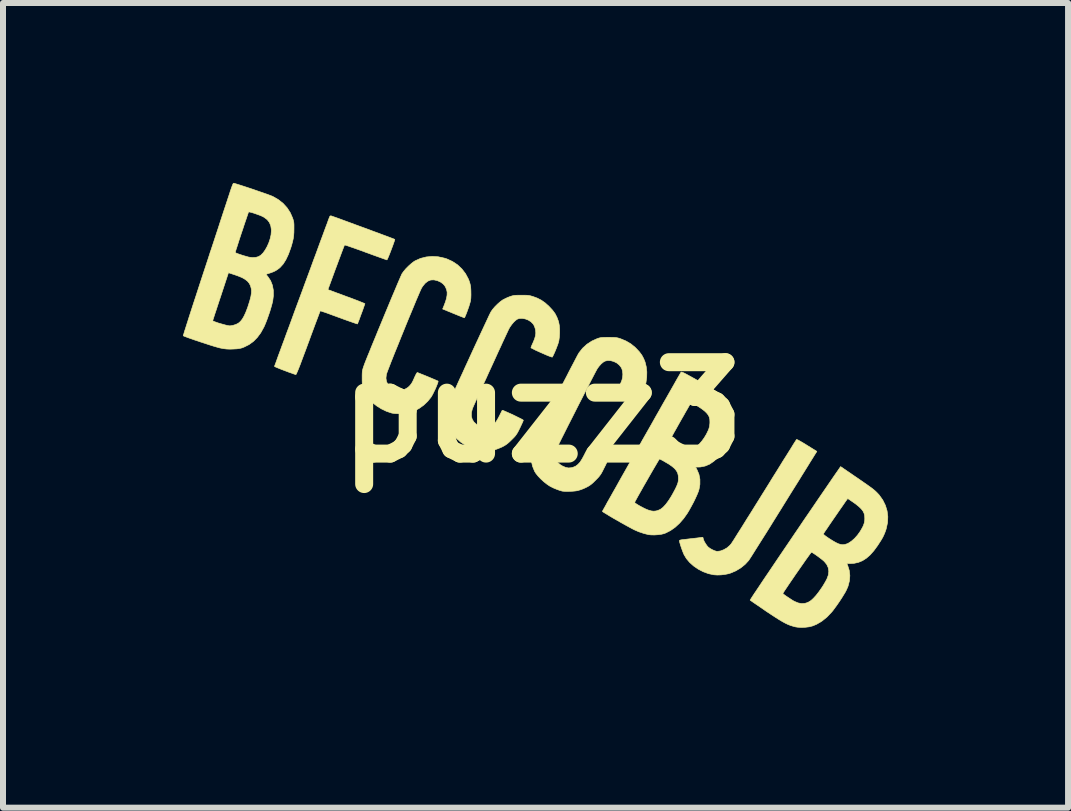
<source format=kicad_pcb>
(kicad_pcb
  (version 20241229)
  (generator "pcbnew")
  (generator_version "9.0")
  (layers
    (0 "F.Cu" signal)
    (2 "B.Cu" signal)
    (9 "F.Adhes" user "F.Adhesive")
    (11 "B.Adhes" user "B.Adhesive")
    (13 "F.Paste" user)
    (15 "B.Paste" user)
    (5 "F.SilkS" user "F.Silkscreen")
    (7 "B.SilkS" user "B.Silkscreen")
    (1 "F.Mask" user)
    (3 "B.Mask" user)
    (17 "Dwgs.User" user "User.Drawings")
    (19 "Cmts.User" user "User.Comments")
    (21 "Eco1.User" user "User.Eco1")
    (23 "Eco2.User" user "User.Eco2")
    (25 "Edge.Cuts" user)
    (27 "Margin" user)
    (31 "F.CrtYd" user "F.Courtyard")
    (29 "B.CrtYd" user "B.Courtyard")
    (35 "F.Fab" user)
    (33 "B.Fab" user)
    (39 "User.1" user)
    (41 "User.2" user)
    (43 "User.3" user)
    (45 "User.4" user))
  (footprint "puzz3"
    (layer "F.Cu")
    (at 5.997 3.823)
    (property "Reference" "puzz3" (at 0 0 0) (layer "F.SilkS") (effects (font (size 1.524 1.524) (thickness 0.3))))
    (attr through_hole)
    (fp_poly (pts (xy 4.242 0.456) (xy 4.264 0.466) (xy 4.296 0.484) (xy 4.336 0.507) (xy 4.384 0.536) (xy 4.406 0.55) (xy 4.572 0.653) (xy 4.539 0.705) (xy 4.53 0.719) (xy 4.513 0.747) (xy 4.488 0.787) (xy 4.456 0.838) (xy 4.418 0.9) (xy 4.374 0.971) (xy 4.324 1.051) (xy 4.27 1.139) (xy 4.211 1.233) (xy 4.149 1.332) (xy 4.084 1.437) (xy 4.017 1.545) (xy 3.988 1.592) (xy 3.92 1.701) (xy 3.854 1.807) (xy 3.791 1.909) (xy 3.731 2.005) (xy 3.674 2.095) (xy 3.622 2.177) (xy 3.575 2.252) (xy 3.534 2.317) (xy 3.499 2.373) (xy 3.471 2.417) (xy 3.45 2.449) (xy 3.438 2.468) (xy 3.435 2.472) (xy 3.375 2.537) (xy 3.303 2.595) (xy 3.222 2.644) (xy 3.135 2.681) (xy 3.1 2.692) (xy 3.041 2.704) (xy 2.975 2.712) (xy 2.911 2.714) (xy 2.854 2.71) (xy 2.853 2.71) (xy 2.764 2.691) (xy 2.677 2.659) (xy 2.594 2.616) (xy 2.518 2.564) (xy 2.452 2.505) (xy 2.397 2.44) (xy 2.358 2.375) (xy 2.339 2.33) (xy 2.319 2.276) (xy 2.3 2.22) (xy 2.285 2.168) (xy 2.283 2.157) (xy 2.281 2.149) (xy 2.28 2.142) (xy 2.283 2.137) (xy 2.292 2.132) (xy 2.308 2.128) (xy 2.334 2.124) (xy 2.371 2.12) (xy 2.421 2.114) (xy 2.472 2.108) (xy 2.524 2.102) (xy 2.57 2.097) (xy 2.61 2.092) (xy 2.638 2.088) (xy 2.652 2.086) (xy 2.669 2.085) (xy 2.675 2.093) (xy 2.675 2.097) (xy 2.681 2.121) (xy 2.694 2.153) (xy 2.714 2.187) (xy 2.736 2.22) (xy 2.759 2.247) (xy 2.762 2.249) (xy 2.791 2.271) (xy 2.827 2.291) (xy 2.864 2.308) (xy 2.897 2.318) (xy 2.912 2.32) (xy 2.965 2.313) (xy 3.02 2.292) (xy 3.074 2.261) (xy 3.12 2.221) (xy 3.143 2.195) (xy 3.151 2.183) (xy 3.168 2.157) (xy 3.193 2.119) (xy 3.224 2.069) (xy 3.262 2.008) (xy 3.307 1.938) (xy 3.356 1.859) (xy 3.41 1.772) (xy 3.469 1.679) (xy 3.531 1.579) (xy 3.596 1.475) (xy 3.663 1.367) (xy 3.7 1.308) (xy 3.768 1.199) (xy 3.833 1.093) (xy 3.896 0.993) (xy 3.955 0.898) (xy 4.009 0.81) (xy 4.06 0.73) (xy 4.105 0.658) (xy 4.144 0.596) (xy 4.176 0.543) (xy 4.202 0.502) (xy 4.221 0.473) (xy 4.231 0.457) (xy 4.233 0.454) (xy 4.242 0.456)) (stroke (width 0.01) (type solid)) (fill yes) (layer "F.SilkS"))
    (fp_poly (pts (xy -3.527 -3.274) (xy -3.517 -3.271) (xy -3.492 -3.262) (xy -3.455 -3.249) (xy -3.407 -3.232) (xy -3.35 -3.211) (xy -3.285 -3.187) (xy -3.214 -3.161) (xy -3.139 -3.133) (xy -3.06 -3.104) (xy -2.98 -3.075) (xy -2.901 -3.046) (xy -2.824 -3.017) (xy -2.75 -2.99) (xy -2.681 -2.964) (xy -2.619 -2.941) (xy -2.565 -2.921) (xy -2.521 -2.904) (xy -2.489 -2.892) (xy -2.47 -2.884) (xy -2.465 -2.882) (xy -2.466 -2.873) (xy -2.473 -2.851) (xy -2.484 -2.82) (xy -2.498 -2.78) (xy -2.514 -2.737) (xy -2.531 -2.692) (xy -2.548 -2.648) (xy -2.564 -2.608) (xy -2.578 -2.575) (xy -2.589 -2.551) (xy -2.595 -2.541) (xy -2.596 -2.54) (xy -2.605 -2.543) (xy -2.629 -2.551) (xy -2.666 -2.564) (xy -2.713 -2.581) (xy -2.769 -2.601) (xy -2.833 -2.624) (xy -2.903 -2.65) (xy -2.951 -2.667) (xy -3.023 -2.694) (xy -3.091 -2.718) (xy -3.152 -2.74) (xy -3.205 -2.758) (xy -3.248 -2.773) (xy -3.28 -2.783) (xy -3.298 -2.788) (xy -3.302 -2.788) (xy -3.307 -2.779) (xy -3.316 -2.755) (xy -3.331 -2.717) (xy -3.35 -2.667) (xy -3.373 -2.605) (xy -3.4 -2.533) (xy -3.43 -2.452) (xy -3.463 -2.364) (xy -3.498 -2.268) (xy -3.535 -2.167) (xy -3.552 -2.121) (xy -3.58 -2.044) (xy -3.272 -1.93) (xy -3.203 -1.905) (xy -3.14 -1.881) (xy -3.084 -1.86) (xy -3.037 -1.841) (xy -3 -1.826) (xy -2.975 -1.816) (xy -2.964 -1.81) (xy -2.963 -1.81) (xy -2.966 -1.801) (xy -2.974 -1.778) (xy -2.985 -1.746) (xy -2.999 -1.706) (xy -3.015 -1.663) (xy -3.032 -1.618) (xy -3.048 -1.574) (xy -3.062 -1.535) (xy -3.075 -1.503) (xy -3.083 -1.481) (xy -3.087 -1.472) (xy -3.095 -1.474) (xy -3.118 -1.481) (xy -3.152 -1.493) (xy -3.198 -1.509) (xy -3.252 -1.528) (xy -3.314 -1.55) (xy -3.381 -1.575) (xy -3.396 -1.58) (xy -3.464 -1.605) (xy -3.527 -1.628) (xy -3.583 -1.649) (xy -3.631 -1.666) (xy -3.669 -1.678) (xy -3.694 -1.687) (xy -3.706 -1.69) (xy -3.707 -1.69) (xy -3.711 -1.682) (xy -3.72 -1.659) (xy -3.734 -1.622) (xy -3.752 -1.574) (xy -3.774 -1.516) (xy -3.8 -1.447) (xy -3.828 -1.371) (xy -3.859 -1.288) (xy -3.891 -1.2) (xy -3.907 -1.157) (xy -3.949 -1.043) (xy -3.986 -0.945) (xy -4.017 -0.862) (xy -4.043 -0.792) (xy -4.065 -0.736) (xy -4.083 -0.692) (xy -4.097 -0.66) (xy -4.106 -0.639) (xy -4.113 -0.629) (xy -4.115 -0.628) (xy -4.126 -0.631) (xy -4.151 -0.639) (xy -4.186 -0.652) (xy -4.23 -0.667) (xy -4.28 -0.686) (xy -4.299 -0.693) (xy -4.349 -0.712) (xy -4.394 -0.73) (xy -4.43 -0.745) (xy -4.456 -0.756) (xy -4.469 -0.763) (xy -4.47 -0.764) (xy -4.468 -0.773) (xy -4.459 -0.796) (xy -4.445 -0.834) (xy -4.427 -0.885) (xy -4.404 -0.949) (xy -4.376 -1.024) (xy -4.345 -1.109) (xy -4.309 -1.205) (xy -4.271 -1.31) (xy -4.229 -1.422) (xy -4.185 -1.542) (xy -4.139 -1.669) (xy -4.09 -1.801) (xy -4.039 -1.938) (xy -4.016 -2) (xy -3.965 -2.139) (xy -3.915 -2.274) (xy -3.867 -2.404) (xy -3.822 -2.528) (xy -3.778 -2.645) (xy -3.738 -2.755) (xy -3.701 -2.856) (xy -3.667 -2.947) (xy -3.637 -3.029) (xy -3.611 -3.099) (xy -3.589 -3.157) (xy -3.573 -3.203) (xy -3.561 -3.234) (xy -3.555 -3.251) (xy -3.554 -3.254) (xy -3.544 -3.271) (xy -3.531 -3.275) (xy -3.527 -3.274)) (stroke (width 0.01) (type solid)) (fill yes) (layer "F.SilkS"))
    (fp_poly (pts (xy -1.741 -2.592) (xy -1.64 -2.57) (xy -1.598 -2.557) (xy -1.504 -2.514) (xy -1.419 -2.458) (xy -1.347 -2.39) (xy -1.286 -2.311) (xy -1.239 -2.223) (xy -1.226 -2.191) (xy -1.214 -2.155) (xy -1.206 -2.123) (xy -1.2 -2.089) (xy -1.197 -2.046) (xy -1.196 -2.021) (xy -1.195 -1.957) (xy -1.197 -1.9) (xy -1.202 -1.86) (xy -1.208 -1.834) (xy -1.218 -1.801) (xy -1.23 -1.761) (xy -1.245 -1.719) (xy -1.26 -1.677) (xy -1.275 -1.638) (xy -1.288 -1.607) (xy -1.298 -1.584) (xy -1.305 -1.575) (xy -1.306 -1.575) (xy -1.315 -1.578) (xy -1.337 -1.587) (xy -1.371 -1.6) (xy -1.413 -1.617) (xy -1.462 -1.637) (xy -1.489 -1.648) (xy -1.667 -1.721) (xy -1.649 -1.764) (xy -1.621 -1.838) (xy -1.602 -1.9) (xy -1.593 -1.954) (xy -1.592 -2.001) (xy -1.601 -2.044) (xy -1.619 -2.086) (xy -1.633 -2.11) (xy -1.663 -2.143) (xy -1.705 -2.172) (xy -1.755 -2.194) (xy -1.808 -2.206) (xy -1.814 -2.207) (xy -1.865 -2.205) (xy -1.913 -2.186) (xy -1.958 -2.151) (xy -2 -2.1) (xy -2.019 -2.07) (xy -2.027 -2.053) (xy -2.041 -2.023) (xy -2.06 -1.979) (xy -2.083 -1.925) (xy -2.111 -1.86) (xy -2.141 -1.787) (xy -2.174 -1.707) (xy -2.21 -1.621) (xy -2.247 -1.532) (xy -2.285 -1.439) (xy -2.323 -1.345) (xy -2.361 -1.252) (xy -2.398 -1.159) (xy -2.434 -1.07) (xy -2.469 -0.985) (xy -2.5 -0.906) (xy -2.529 -0.834) (xy -2.553 -0.771) (xy -2.574 -0.717) (xy -2.59 -0.675) (xy -2.6 -0.646) (xy -2.605 -0.632) (xy -2.612 -0.569) (xy -2.604 -0.514) (xy -2.582 -0.468) (xy -2.544 -0.428) (xy -2.491 -0.395) (xy -2.477 -0.389) (xy -2.416 -0.37) (xy -2.357 -0.367) (xy -2.301 -0.381) (xy -2.249 -0.411) (xy -2.223 -0.434) (xy -2.201 -0.459) (xy -2.182 -0.485) (xy -2.164 -0.518) (xy -2.144 -0.561) (xy -2.14 -0.572) (xy -2.121 -0.612) (xy -2.106 -0.642) (xy -2.094 -0.659) (xy -2.089 -0.662) (xy -2.077 -0.658) (xy -2.052 -0.648) (xy -2.018 -0.634) (xy -1.977 -0.618) (xy -1.933 -0.6) (xy -1.887 -0.581) (xy -1.843 -0.562) (xy -1.804 -0.546) (xy -1.773 -0.532) (xy -1.751 -0.523) (xy -1.743 -0.518) (xy -1.743 -0.508) (xy -1.75 -0.485) (xy -1.762 -0.454) (xy -1.777 -0.416) (xy -1.795 -0.376) (xy -1.815 -0.335) (xy -1.833 -0.298) (xy -1.851 -0.267) (xy -1.86 -0.252) (xy -1.916 -0.182) (xy -1.983 -0.118) (xy -2.06 -0.063) (xy -2.142 -0.02) (xy -2.226 0.009) (xy -2.241 0.012) (xy -2.288 0.019) (xy -2.344 0.024) (xy -2.402 0.024) (xy -2.458 0.022) (xy -2.505 0.016) (xy -2.522 0.012) (xy -2.605 -0.016) (xy -2.686 -0.055) (xy -2.763 -0.103) (xy -2.833 -0.157) (xy -2.892 -0.215) (xy -2.938 -0.275) (xy -2.943 -0.284) (xy -2.957 -0.312) (xy -2.973 -0.348) (xy -2.987 -0.383) (xy -2.996 -0.41) (xy -3.002 -0.434) (xy -3.006 -0.459) (xy -3.008 -0.49) (xy -3.009 -0.532) (xy -3.009 -0.567) (xy -3.009 -0.617) (xy -3.008 -0.653) (xy -3.006 -0.682) (xy -3.001 -0.707) (xy -2.994 -0.733) (xy -2.984 -0.763) (xy -2.983 -0.766) (xy -2.974 -0.791) (xy -2.96 -0.829) (xy -2.94 -0.879) (xy -2.916 -0.939) (xy -2.887 -1.009) (xy -2.856 -1.087) (xy -2.821 -1.172) (xy -2.784 -1.261) (xy -2.746 -1.355) (xy -2.706 -1.451) (xy -2.666 -1.548) (xy -2.626 -1.645) (xy -2.586 -1.741) (xy -2.548 -1.833) (xy -2.511 -1.922) (xy -2.476 -2.004) (xy -2.444 -2.08) (xy -2.416 -2.147) (xy -2.391 -2.205) (xy -2.371 -2.251) (xy -2.356 -2.285) (xy -2.347 -2.305) (xy -2.345 -2.309) (xy -2.316 -2.35) (xy -2.278 -2.395) (xy -2.234 -2.439) (xy -2.188 -2.48) (xy -2.145 -2.513) (xy -2.125 -2.525) (xy -2.036 -2.565) (xy -1.941 -2.589) (xy -1.842 -2.598) (xy -1.741 -2.592)) (stroke (width 0.01) (type solid)) (fill yes) (layer "F.SilkS"))
    (fp_poly (pts (xy 1.101 -1.249) (xy 1.152 -1.248) (xy 1.191 -1.247) (xy 1.221 -1.245) (xy 1.245 -1.241) (xy 1.269 -1.235) (xy 1.296 -1.226) (xy 1.3 -1.225) (xy 1.391 -1.187) (xy 1.471 -1.14) (xy 1.543 -1.081) (xy 1.562 -1.062) (xy 1.614 -1.006) (xy 1.654 -0.952) (xy 1.685 -0.894) (xy 1.708 -0.837) (xy 1.727 -0.76) (xy 1.737 -0.673) (xy 1.735 -0.583) (xy 1.723 -0.494) (xy 1.715 -0.457) (xy 1.708 -0.435) (xy 1.696 -0.404) (xy 1.681 -0.367) (xy 1.664 -0.327) (xy 1.646 -0.287) (xy 1.628 -0.25) (xy 1.613 -0.218) (xy 1.601 -0.196) (xy 1.594 -0.187) (xy 1.593 -0.186) (xy 1.584 -0.19) (xy 1.563 -0.2) (xy 1.533 -0.216) (xy 1.495 -0.235) (xy 1.452 -0.257) (xy 1.408 -0.28) (xy 1.365 -0.302) (xy 1.325 -0.324) (xy 1.291 -0.342) (xy 1.266 -0.355) (xy 1.252 -0.363) (xy 1.25 -0.364) (xy 1.25 -0.375) (xy 1.257 -0.396) (xy 1.271 -0.423) (xy 1.272 -0.425) (xy 1.302 -0.485) (xy 1.322 -0.535) (xy 1.333 -0.581) (xy 1.337 -0.627) (xy 1.336 -0.647) (xy 1.331 -0.689) (xy 1.322 -0.721) (xy 1.309 -0.748) (xy 1.277 -0.788) (xy 1.235 -0.822) (xy 1.186 -0.846) (xy 1.135 -0.86) (xy 1.085 -0.863) (xy 1.039 -0.852) (xy 1.039 -0.852) (xy 1.009 -0.834) (xy 0.975 -0.805) (xy 0.942 -0.768) (xy 0.912 -0.728) (xy 0.911 -0.726) (xy 0.903 -0.711) (xy 0.887 -0.682) (xy 0.866 -0.642) (xy 0.839 -0.59) (xy 0.807 -0.529) (xy 0.772 -0.46) (xy 0.733 -0.384) (xy 0.691 -0.303) (xy 0.648 -0.218) (xy 0.603 -0.131) (xy 0.558 -0.042) (xy 0.513 0.047) (xy 0.469 0.134) (xy 0.426 0.218) (xy 0.386 0.298) (xy 0.349 0.372) (xy 0.315 0.439) (xy 0.286 0.498) (xy 0.261 0.548) (xy 0.243 0.586) (xy 0.231 0.611) (xy 0.226 0.622) (xy 0.209 0.687) (xy 0.208 0.744) (xy 0.222 0.794) (xy 0.251 0.838) (xy 0.296 0.876) (xy 0.329 0.896) (xy 0.382 0.919) (xy 0.43 0.929) (xy 0.478 0.925) (xy 0.503 0.919) (xy 0.548 0.901) (xy 0.587 0.872) (xy 0.624 0.832) (xy 0.659 0.777) (xy 0.678 0.742) (xy 0.696 0.708) (xy 0.71 0.68) (xy 0.72 0.66) (xy 0.724 0.654) (xy 0.732 0.657) (xy 0.752 0.666) (xy 0.782 0.68) (xy 0.82 0.698) (xy 0.862 0.719) (xy 0.906 0.741) (xy 0.95 0.763) (xy 0.991 0.783) (xy 1.027 0.801) (xy 1.054 0.815) (xy 1.07 0.824) (xy 1.074 0.826) (xy 1.071 0.834) (xy 1.062 0.854) (xy 1.048 0.884) (xy 1.029 0.921) (xy 1.019 0.941) (xy 0.996 0.987) (xy 0.976 1.023) (xy 0.957 1.051) (xy 0.936 1.078) (xy 0.91 1.106) (xy 0.881 1.135) (xy 0.844 1.172) (xy 0.814 1.198) (xy 0.786 1.219) (xy 0.755 1.238) (xy 0.72 1.256) (xy 0.676 1.276) (xy 0.63 1.293) (xy 0.589 1.305) (xy 0.577 1.308) (xy 0.544 1.313) (xy 0.501 1.317) (xy 0.454 1.319) (xy 0.407 1.32) (xy 0.365 1.319) (xy 0.333 1.316) (xy 0.326 1.315) (xy 0.284 1.303) (xy 0.234 1.285) (xy 0.181 1.263) (xy 0.133 1.239) (xy 0.115 1.229) (xy 0.068 1.197) (xy 0.018 1.157) (xy -0.031 1.112) (xy -0.075 1.066) (xy -0.111 1.021) (xy -0.134 0.985) (xy -0.168 0.901) (xy -0.189 0.81) (xy -0.195 0.72) (xy -0.192 0.653) (xy -0.182 0.592) (xy -0.164 0.529) (xy -0.147 0.486) (xy -0.139 0.467) (xy -0.124 0.435) (xy -0.102 0.391) (xy -0.075 0.336) (xy -0.043 0.271) (xy -0.006 0.198) (xy 0.034 0.119) (xy 0.077 0.033) (xy 0.122 -0.056) (xy 0.169 -0.148) (xy 0.217 -0.242) (xy 0.265 -0.335) (xy 0.312 -0.428) (xy 0.358 -0.518) (xy 0.403 -0.604) (xy 0.444 -0.685) (xy 0.483 -0.76) (xy 0.518 -0.826) (xy 0.548 -0.884) (xy 0.572 -0.93) (xy 0.591 -0.965) (xy 0.604 -0.987) (xy 0.607 -0.992) (xy 0.666 -1.067) (xy 0.738 -1.133) (xy 0.821 -1.187) (xy 0.907 -1.226) (xy 0.933 -1.235) (xy 0.955 -1.241) (xy 0.978 -1.245) (xy 1.006 -1.247) (xy 1.042 -1.248) (xy 1.091 -1.249) (xy 1.101 -1.249)) (stroke (width 0.01) (type solid)) (fill yes) (layer "F.SilkS"))
    (fp_poly (pts (xy -0.304 -1.951) (xy -0.264 -1.95) (xy -0.233 -1.947) (xy -0.206 -1.942) (xy -0.178 -1.934) (xy -0.169 -1.932) (xy -0.09 -1.903) (xy -0.022 -1.868) (xy 0.041 -1.824) (xy 0.104 -1.767) (xy 0.11 -1.761) (xy 0.165 -1.702) (xy 0.207 -1.645) (xy 0.238 -1.585) (xy 0.263 -1.518) (xy 0.268 -1.499) (xy 0.278 -1.448) (xy 0.283 -1.386) (xy 0.283 -1.32) (xy 0.279 -1.254) (xy 0.271 -1.195) (xy 0.264 -1.167) (xy 0.255 -1.137) (xy 0.241 -1.1) (xy 0.225 -1.058) (xy 0.208 -1.017) (xy 0.191 -0.978) (xy 0.176 -0.947) (xy 0.165 -0.925) (xy 0.16 -0.919) (xy 0.151 -0.921) (xy 0.129 -0.928) (xy 0.097 -0.94) (xy 0.058 -0.956) (xy 0.015 -0.975) (xy -0.031 -0.995) (xy -0.075 -1.015) (xy -0.117 -1.034) (xy -0.152 -1.052) (xy -0.178 -1.065) (xy -0.193 -1.074) (xy -0.195 -1.077) (xy -0.191 -1.087) (xy -0.183 -1.109) (xy -0.17 -1.139) (xy -0.16 -1.16) (xy -0.135 -1.221) (xy -0.12 -1.273) (xy -0.114 -1.319) (xy -0.117 -1.363) (xy -0.122 -1.389) (xy -0.133 -1.423) (xy -0.147 -1.454) (xy -0.158 -1.471) (xy -0.194 -1.508) (xy -0.24 -1.537) (xy -0.29 -1.556) (xy -0.341 -1.565) (xy -0.389 -1.563) (xy -0.42 -1.553) (xy -0.449 -1.533) (xy -0.481 -1.503) (xy -0.514 -1.464) (xy -0.544 -1.422) (xy -0.563 -1.389) (xy -0.573 -1.368) (xy -0.589 -1.334) (xy -0.611 -1.287) (xy -0.637 -1.231) (xy -0.668 -1.165) (xy -0.701 -1.092) (xy -0.738 -1.013) (xy -0.776 -0.929) (xy -0.816 -0.841) (xy -0.857 -0.752) (xy -0.898 -0.663) (xy -0.938 -0.574) (xy -0.978 -0.488) (xy -1.015 -0.406) (xy -1.05 -0.329) (xy -1.082 -0.259) (xy -1.11 -0.197) (xy -1.133 -0.145) (xy -1.152 -0.103) (xy -1.164 -0.075) (xy -1.17 -0.06) (xy -1.171 -0.059) (xy -1.187 0.006) (xy -1.188 0.065) (xy -1.174 0.118) (xy -1.145 0.164) (xy -1.102 0.202) (xy -1.096 0.206) (xy -1.034 0.237) (xy -0.974 0.251) (xy -0.916 0.249) (xy -0.861 0.231) (xy -0.811 0.197) (xy -0.794 0.181) (xy -0.778 0.159) (xy -0.757 0.128) (xy -0.736 0.09) (xy -0.72 0.06) (xy -0.703 0.025) (xy -0.688 -0.004) (xy -0.678 -0.025) (xy -0.673 -0.032) (xy -0.664 -0.031) (xy -0.643 -0.023) (xy -0.611 -0.009) (xy -0.573 0.008) (xy -0.53 0.027) (xy -0.485 0.048) (xy -0.44 0.07) (xy -0.4 0.09) (xy -0.365 0.107) (xy -0.339 0.121) (xy -0.324 0.131) (xy -0.322 0.133) (xy -0.325 0.144) (xy -0.335 0.168) (xy -0.35 0.2) (xy -0.368 0.239) (xy -0.378 0.26) (xy -0.401 0.307) (xy -0.419 0.341) (xy -0.437 0.369) (xy -0.455 0.394) (xy -0.478 0.42) (xy -0.509 0.451) (xy -0.516 0.458) (xy -0.553 0.494) (xy -0.584 0.521) (xy -0.612 0.542) (xy -0.643 0.561) (xy -0.677 0.579) (xy -0.719 0.597) (xy -0.762 0.614) (xy -0.801 0.627) (xy -0.817 0.631) (xy -0.867 0.638) (xy -0.924 0.642) (xy -0.984 0.642) (xy -1.042 0.639) (xy -1.091 0.633) (xy -1.113 0.628) (xy -1.202 0.595) (xy -1.288 0.551) (xy -1.367 0.497) (xy -1.437 0.435) (xy -1.494 0.369) (xy -1.502 0.358) (xy -1.539 0.294) (xy -1.566 0.229) (xy -1.582 0.158) (xy -1.589 0.076) (xy -1.59 0.004) (xy -1.584 -0.059) (xy -1.569 -0.12) (xy -1.546 -0.187) (xy -1.544 -0.192) (xy -1.535 -0.213) (xy -1.52 -0.247) (xy -1.5 -0.294) (xy -1.474 -0.351) (xy -1.444 -0.417) (xy -1.41 -0.492) (xy -1.373 -0.573) (xy -1.333 -0.659) (xy -1.292 -0.75) (xy -1.249 -0.843) (xy -1.206 -0.937) (xy -1.163 -1.031) (xy -1.12 -1.124) (xy -1.078 -1.214) (xy -1.039 -1.299) (xy -1.001 -1.38) (xy -0.967 -1.453) (xy -0.936 -1.519) (xy -0.91 -1.575) (xy -0.889 -1.62) (xy -0.873 -1.652) (xy -0.863 -1.672) (xy -0.861 -1.675) (xy -0.833 -1.716) (xy -0.794 -1.761) (xy -0.75 -1.805) (xy -0.705 -1.844) (xy -0.665 -1.873) (xy -0.63 -1.891) (xy -0.589 -1.911) (xy -0.548 -1.927) (xy -0.546 -1.928) (xy -0.518 -1.937) (xy -0.493 -1.944) (xy -0.468 -1.948) (xy -0.438 -1.95) (xy -0.4 -1.951) (xy -0.356 -1.951) (xy -0.304 -1.951)) (stroke (width 0.01) (type solid)) (fill yes) (layer "F.SilkS"))
    (fp_poly (pts (xy 5.212 1.073) (xy 5.291 1.127) (xy 5.357 1.173) (xy 5.412 1.211) (xy 5.458 1.244) (xy 5.495 1.271) (xy 5.525 1.295) (xy 5.549 1.316) (xy 5.57 1.336) (xy 5.588 1.355) (xy 5.606 1.374) (xy 5.611 1.38) (xy 5.671 1.464) (xy 5.715 1.553) (xy 5.743 1.646) (xy 5.755 1.741) (xy 5.751 1.838) (xy 5.73 1.935) (xy 5.725 1.954) (xy 5.708 2.002) (xy 5.691 2.043) (xy 5.672 2.083) (xy 5.648 2.125) (xy 5.618 2.172) (xy 5.585 2.223) (xy 5.522 2.309) (xy 5.46 2.379) (xy 5.397 2.434) (xy 5.333 2.475) (xy 5.265 2.503) (xy 5.192 2.519) (xy 5.125 2.523) (xy 5.072 2.523) (xy 5.086 2.555) (xy 5.112 2.638) (xy 5.122 2.724) (xy 5.115 2.811) (xy 5.092 2.9) (xy 5.066 2.961) (xy 5.047 2.998) (xy 5.019 3.044) (xy 4.986 3.098) (xy 4.949 3.154) (xy 4.91 3.211) (xy 4.872 3.263) (xy 4.838 3.309) (xy 4.817 3.334) (xy 4.74 3.415) (xy 4.657 3.482) (xy 4.57 3.534) (xy 4.503 3.562) (xy 4.447 3.577) (xy 4.382 3.585) (xy 4.314 3.588) (xy 4.25 3.584) (xy 4.212 3.578) (xy 4.172 3.567) (xy 4.133 3.555) (xy 4.092 3.539) (xy 4.048 3.518) (xy 4 3.492) (xy 3.946 3.46) (xy 3.884 3.421) (xy 3.812 3.374) (xy 3.729 3.319) (xy 3.7 3.299) (xy 3.644 3.26) (xy 3.593 3.225) (xy 3.547 3.194) (xy 3.509 3.168) (xy 3.481 3.148) (xy 3.464 3.136) (xy 3.46 3.133) (xy 3.464 3.125) (xy 3.477 3.104) (xy 3.498 3.071) (xy 3.527 3.027) (xy 3.53 3.023) (xy 4.005 3.023) (xy 4.011 3.029) (xy 4.029 3.043) (xy 4.055 3.062) (xy 4.086 3.083) (xy 4.12 3.105) (xy 4.151 3.126) (xy 4.179 3.143) (xy 4.199 3.154) (xy 4.259 3.179) (xy 4.314 3.19) (xy 4.369 3.187) (xy 4.399 3.179) (xy 4.437 3.163) (xy 4.476 3.138) (xy 4.516 3.101) (xy 4.56 3.053) (xy 4.608 2.991) (xy 4.659 2.918) (xy 4.684 2.878) (xy 4.71 2.834) (xy 4.732 2.794) (xy 4.74 2.779) (xy 4.764 2.713) (xy 4.771 2.651) (xy 4.762 2.593) (xy 4.737 2.538) (xy 4.697 2.489) (xy 4.677 2.471) (xy 4.649 2.448) (xy 4.616 2.423) (xy 4.581 2.397) (xy 4.547 2.373) (xy 4.517 2.353) (xy 4.494 2.339) (xy 4.482 2.333) (xy 4.475 2.34) (xy 4.461 2.359) (xy 4.439 2.389) (xy 4.411 2.428) (xy 4.378 2.474) (xy 4.342 2.526) (xy 4.302 2.583) (xy 4.261 2.642) (xy 4.219 2.702) (xy 4.179 2.761) (xy 4.139 2.819) (xy 4.103 2.872) (xy 4.071 2.92) (xy 4.044 2.96) (xy 4.023 2.992) (xy 4.01 3.013) (xy 4.005 3.023) (xy 4.005 3.023) (xy 3.53 3.023) (xy 3.564 2.972) (xy 3.607 2.908) (xy 3.656 2.834) (xy 3.711 2.752) (xy 3.771 2.664) (xy 3.835 2.569) (xy 3.903 2.468) (xy 3.974 2.363) (xy 4.048 2.254) (xy 4.124 2.142) (xy 4.201 2.028) (xy 4.68 2.028) (xy 4.684 2.036) (xy 4.701 2.052) (xy 4.728 2.072) (xy 4.763 2.096) (xy 4.765 2.098) (xy 4.83 2.139) (xy 4.885 2.171) (xy 4.931 2.193) (xy 4.971 2.205) (xy 5.007 2.209) (xy 5.041 2.204) (xy 5.076 2.193) (xy 5.096 2.184) (xy 5.147 2.151) (xy 5.2 2.105) (xy 5.25 2.049) (xy 5.295 1.986) (xy 5.333 1.92) (xy 5.349 1.886) (xy 5.363 1.845) (xy 5.37 1.805) (xy 5.371 1.77) (xy 5.369 1.725) (xy 5.359 1.685) (xy 5.341 1.648) (xy 5.313 1.612) (xy 5.274 1.574) (xy 5.222 1.532) (xy 5.183 1.504) (xy 5.148 1.48) (xy 5.119 1.46) (xy 5.098 1.446) (xy 5.087 1.44) (xy 5.086 1.439) (xy 5.081 1.446) (xy 5.067 1.465) (xy 5.046 1.494) (xy 5.02 1.532) (xy 4.988 1.578) (xy 4.953 1.628) (xy 4.916 1.682) (xy 4.878 1.737) (xy 4.84 1.792) (xy 4.803 1.846) (xy 4.769 1.896) (xy 4.739 1.941) (xy 4.713 1.978) (xy 4.694 2.007) (xy 4.682 2.025) (xy 4.68 2.028) (xy 4.201 2.028) (xy 4.201 2.028) (xy 4.28 1.912) (xy 4.358 1.796) (xy 4.437 1.681) (xy 4.515 1.567) (xy 4.591 1.455) (xy 4.665 1.347) (xy 4.737 1.242) (xy 4.806 1.141) (xy 4.871 1.046) (xy 4.92 0.976) (xy 4.968 0.906) (xy 5.212 1.073)) (stroke (width 0.01) (type solid)) (fill yes) (layer "F.SilkS"))
    (fp_poly (pts (xy -5.139 -3.816) (xy -5.113 -3.808) (xy -5.074 -3.796) (xy -5.026 -3.781) (xy -4.971 -3.763) (xy -4.91 -3.743) (xy -4.847 -3.722) (xy -4.783 -3.7) (xy -4.72 -3.678) (xy -4.661 -3.658) (xy -4.607 -3.639) (xy -4.561 -3.622) (xy -4.526 -3.609) (xy -4.502 -3.599) (xy -4.499 -3.598) (xy -4.407 -3.545) (xy -4.327 -3.482) (xy -4.26 -3.408) (xy -4.206 -3.324) (xy -4.169 -3.239) (xy -4.159 -3.209) (xy -4.152 -3.183) (xy -4.148 -3.157) (xy -4.146 -3.126) (xy -4.146 -3.085) (xy -4.146 -3.056) (xy -4.147 -2.996) (xy -4.151 -2.943) (xy -4.158 -2.894) (xy -4.17 -2.841) (xy -4.186 -2.782) (xy -4.2 -2.738) (xy -4.238 -2.633) (xy -4.28 -2.544) (xy -4.325 -2.472) (xy -4.375 -2.416) (xy -4.397 -2.397) (xy -4.431 -2.373) (xy -4.461 -2.355) (xy -4.493 -2.34) (xy -4.534 -2.325) (xy -4.552 -2.319) (xy -4.613 -2.3) (xy -4.581 -2.261) (xy -4.536 -2.194) (xy -4.506 -2.119) (xy -4.49 -2.035) (xy -4.489 -1.943) (xy -4.5 -1.854) (xy -4.512 -1.805) (xy -4.529 -1.744) (xy -4.549 -1.677) (xy -4.573 -1.608) (xy -4.597 -1.54) (xy -4.621 -1.479) (xy -4.643 -1.428) (xy -4.648 -1.418) (xy -4.7 -1.324) (xy -4.758 -1.246) (xy -4.822 -1.181) (xy -4.895 -1.128) (xy -4.977 -1.087) (xy -5.012 -1.073) (xy -5.049 -1.064) (xy -5.097 -1.057) (xy -5.153 -1.054) (xy -5.212 -1.052) (xy -5.268 -1.054) (xy -5.318 -1.06) (xy -5.33 -1.062) (xy -5.356 -1.067) (xy -5.381 -1.072) (xy -5.407 -1.079) (xy -5.436 -1.087) (xy -5.471 -1.097) (xy -5.513 -1.11) (xy -5.564 -1.126) (xy -5.627 -1.147) (xy -5.702 -1.171) (xy -5.739 -1.184) (xy -5.801 -1.204) (xy -5.857 -1.224) (xy -5.906 -1.241) (xy -5.946 -1.256) (xy -5.975 -1.267) (xy -5.99 -1.274) (xy -5.992 -1.276) (xy -5.99 -1.285) (xy -5.982 -1.309) (xy -5.971 -1.347) (xy -5.954 -1.399) (xy -5.934 -1.463) (xy -5.913 -1.528) (xy -5.501 -1.528) (xy -5.495 -1.521) (xy -5.475 -1.512) (xy -5.445 -1.501) (xy -5.408 -1.488) (xy -5.367 -1.476) (xy -5.324 -1.464) (xy -5.284 -1.453) (xy -5.248 -1.445) (xy -5.221 -1.441) (xy -5.215 -1.44) (xy -5.201 -1.442) (xy -5.176 -1.446) (xy -5.154 -1.451) (xy -5.111 -1.465) (xy -5.072 -1.485) (xy -5.038 -1.514) (xy -5.007 -1.553) (xy -4.978 -1.603) (xy -4.949 -1.666) (xy -4.919 -1.744) (xy -4.908 -1.778) (xy -4.882 -1.861) (xy -4.864 -1.931) (xy -4.855 -1.989) (xy -4.854 -2.037) (xy -4.858 -2.062) (xy -4.871 -2.11) (xy -4.892 -2.15) (xy -4.921 -2.185) (xy -4.961 -2.216) (xy -5.012 -2.245) (xy -5.078 -2.272) (xy -5.126 -2.289) (xy -5.238 -2.326) (xy -5.368 -1.931) (xy -5.394 -1.853) (xy -5.418 -1.78) (xy -5.44 -1.712) (xy -5.46 -1.653) (xy -5.476 -1.604) (xy -5.488 -1.565) (xy -5.497 -1.539) (xy -5.501 -1.528) (xy -5.501 -1.528) (xy -5.913 -1.528) (xy -5.91 -1.539) (xy -5.882 -1.626) (xy -5.851 -1.722) (xy -5.817 -1.827) (xy -5.78 -1.939) (xy -5.741 -2.059) (xy -5.7 -2.185) (xy -5.657 -2.316) (xy -5.619 -2.431) (xy -5.574 -2.568) (xy -5.543 -2.664) (xy -5.125 -2.664) (xy -5.118 -2.658) (xy -5.098 -2.649) (xy -5.068 -2.638) (xy -5.03 -2.625) (xy -4.99 -2.612) (xy -4.948 -2.6) (xy -4.909 -2.589) (xy -4.898 -2.586) (xy -4.839 -2.579) (xy -4.782 -2.582) (xy -4.736 -2.595) (xy -4.698 -2.619) (xy -4.66 -2.657) (xy -4.625 -2.706) (xy -4.593 -2.763) (xy -4.565 -2.826) (xy -4.543 -2.892) (xy -4.528 -2.958) (xy -4.523 -3.021) (xy -4.523 -3.047) (xy -4.533 -3.111) (xy -4.556 -3.165) (xy -4.592 -3.211) (xy -4.644 -3.25) (xy -4.653 -3.255) (xy -4.676 -3.267) (xy -4.708 -3.281) (xy -4.746 -3.295) (xy -4.786 -3.309) (xy -4.824 -3.322) (xy -4.858 -3.332) (xy -4.885 -3.338) (xy -4.9 -3.34) (xy -4.902 -3.339) (xy -4.906 -3.33) (xy -4.914 -3.307) (xy -4.926 -3.272) (xy -4.941 -3.227) (xy -4.959 -3.175) (xy -4.979 -3.116) (xy -4.999 -3.054) (xy -5.021 -2.99) (xy -5.042 -2.926) (xy -5.062 -2.865) (xy -5.08 -2.808) (xy -5.096 -2.758) (xy -5.11 -2.716) (xy -5.119 -2.685) (xy -5.125 -2.667) (xy -5.125 -2.664) (xy -5.543 -2.664) (xy -5.53 -2.702) (xy -5.487 -2.832) (xy -5.446 -2.957) (xy -5.407 -3.075) (xy -5.371 -3.187) (xy -5.337 -3.291) (xy -5.306 -3.385) (xy -5.278 -3.469) (xy -5.254 -3.542) (xy -5.234 -3.603) (xy -5.218 -3.651) (xy -5.208 -3.684) (xy -5.203 -3.698) (xy -5.186 -3.747) (xy -5.172 -3.785) (xy -5.161 -3.809) (xy -5.153 -3.818) (xy -5.152 -3.818) (xy -5.139 -3.816)) (stroke (width 0.01) (type solid)) (fill yes) (layer "F.SilkS"))
    (fp_poly (pts (xy 2.322 -0.669) (xy 2.338 -0.663) (xy 2.36 -0.653) (xy 2.391 -0.637) (xy 2.433 -0.614) (xy 2.486 -0.585) (xy 2.552 -0.548) (xy 2.563 -0.542) (xy 2.648 -0.493) (xy 2.72 -0.452) (xy 2.78 -0.417) (xy 2.831 -0.386) (xy 2.872 -0.36) (xy 2.907 -0.336) (xy 2.936 -0.314) (xy 2.961 -0.294) (xy 2.984 -0.273) (xy 2.996 -0.26) (xy 3.059 -0.188) (xy 3.108 -0.112) (xy 3.146 -0.026) (xy 3.156 0.004) (xy 3.166 0.046) (xy 3.17 0.1) (xy 3.171 0.159) (xy 3.168 0.221) (xy 3.161 0.279) (xy 3.151 0.322) (xy 3.135 0.373) (xy 3.11 0.434) (xy 3.079 0.501) (xy 3.044 0.568) (xy 3.007 0.633) (xy 2.981 0.674) (xy 2.921 0.754) (xy 2.855 0.817) (xy 2.785 0.865) (xy 2.709 0.897) (xy 2.629 0.913) (xy 2.591 0.914) (xy 2.55 0.914) (xy 2.574 0.959) (xy 2.606 1.035) (xy 2.622 1.117) (xy 2.622 1.203) (xy 2.608 1.283) (xy 2.596 1.323) (xy 2.575 1.374) (xy 2.548 1.434) (xy 2.517 1.498) (xy 2.481 1.565) (xy 2.444 1.632) (xy 2.413 1.684) (xy 2.351 1.772) (xy 2.282 1.851) (xy 2.208 1.919) (xy 2.131 1.973) (xy 2.052 2.013) (xy 2.024 2.024) (xy 1.978 2.035) (xy 1.923 2.042) (xy 1.864 2.046) (xy 1.808 2.045) (xy 1.767 2.041) (xy 1.687 2.021) (xy 1.601 1.992) (xy 1.528 1.96) (xy 1.495 1.943) (xy 1.454 1.921) (xy 1.406 1.895) (xy 1.354 1.866) (xy 1.298 1.835) (xy 1.243 1.803) (xy 1.188 1.772) (xy 1.137 1.742) (xy 1.091 1.714) (xy 1.052 1.69) (xy 1.022 1.672) (xy 1.003 1.659) (xy 0.997 1.653) (xy 1.001 1.644) (xy 1.013 1.622) (xy 1.033 1.587) (xy 1.059 1.54) (xy 1.079 1.503) (xy 1.534 1.503) (xy 1.54 1.512) (xy 1.558 1.525) (xy 1.586 1.543) (xy 1.62 1.563) (xy 1.658 1.583) (xy 1.696 1.603) (xy 1.731 1.619) (xy 1.761 1.631) (xy 1.809 1.645) (xy 1.85 1.65) (xy 1.891 1.646) (xy 1.92 1.638) (xy 1.964 1.619) (xy 2.007 1.586) (xy 2.052 1.538) (xy 2.098 1.476) (xy 2.136 1.417) (xy 2.163 1.371) (xy 2.189 1.323) (xy 2.213 1.278) (xy 2.23 1.242) (xy 2.233 1.236) (xy 2.249 1.197) (xy 2.258 1.167) (xy 2.263 1.139) (xy 2.264 1.105) (xy 2.264 1.101) (xy 2.261 1.054) (xy 2.251 1.013) (xy 2.231 0.976) (xy 2.202 0.94) (xy 2.16 0.904) (xy 2.106 0.866) (xy 2.041 0.828) (xy 2.007 0.808) (xy 1.978 0.793) (xy 1.957 0.782) (xy 1.948 0.779) (xy 1.943 0.786) (xy 1.931 0.806) (xy 1.912 0.838) (xy 1.888 0.879) (xy 1.859 0.928) (xy 1.827 0.983) (xy 1.793 1.042) (xy 1.757 1.105) (xy 1.721 1.168) (xy 1.685 1.23) (xy 1.651 1.291) (xy 1.619 1.347) (xy 1.591 1.397) (xy 1.568 1.439) (xy 1.55 1.472) (xy 1.538 1.494) (xy 1.534 1.503) (xy 1.079 1.503) (xy 1.091 1.482) (xy 1.129 1.415) (xy 1.172 1.338) (xy 1.22 1.254) (xy 1.271 1.162) (xy 1.326 1.064) (xy 1.384 0.962) (xy 1.444 0.855) (xy 1.506 0.745) (xy 1.569 0.633) (xy 1.633 0.52) (xy 1.661 0.47) (xy 2.119 0.47) (xy 2.133 0.48) (xy 2.16 0.495) (xy 2.194 0.513) (xy 2.233 0.533) (xy 2.272 0.554) (xy 2.308 0.572) (xy 2.337 0.586) (xy 2.356 0.594) (xy 2.357 0.594) (xy 2.412 0.607) (xy 2.468 0.608) (xy 2.518 0.597) (xy 2.53 0.592) (xy 2.569 0.568) (xy 2.611 0.531) (xy 2.653 0.483) (xy 2.694 0.427) (xy 2.73 0.367) (xy 2.76 0.305) (xy 2.769 0.284) (xy 2.782 0.239) (xy 2.788 0.19) (xy 2.789 0.165) (xy 2.787 0.118) (xy 2.778 0.08) (xy 2.761 0.046) (xy 2.733 0.011) (xy 2.703 -0.018) (xy 2.678 -0.038) (xy 2.647 -0.061) (xy 2.611 -0.085) (xy 2.574 -0.108) (xy 2.539 -0.128) (xy 2.508 -0.144) (xy 2.485 -0.154) (xy 2.473 -0.156) (xy 2.472 -0.155) (xy 2.466 -0.146) (xy 2.453 -0.125) (xy 2.435 -0.093) (xy 2.411 -0.051) (xy 2.383 -0.003) (xy 2.353 0.051) (xy 2.32 0.108) (xy 2.287 0.166) (xy 2.254 0.225) (xy 2.223 0.281) (xy 2.193 0.333) (xy 2.168 0.379) (xy 2.146 0.418) (xy 2.13 0.447) (xy 2.121 0.465) (xy 2.119 0.47) (xy 1.661 0.47) (xy 1.697 0.406) (xy 1.761 0.294) (xy 1.824 0.183) (xy 1.885 0.074) (xy 1.945 -0.031) (xy 2.001 -0.131) (xy 2.055 -0.225) (xy 2.105 -0.313) (xy 2.151 -0.394) (xy 2.192 -0.466) (xy 2.227 -0.529) (xy 2.257 -0.581) (xy 2.281 -0.622) (xy 2.297 -0.65) (xy 2.306 -0.666) (xy 2.308 -0.668) (xy 2.313 -0.67) (xy 2.322 -0.669)) (stroke (width 0.01) (type solid)) (fill yes) (layer "F.SilkS")))
  (gr_rect
    (start -3 -3)
    (end 14.757 10.416)
    (stroke (width 0.1) (type default))
    (fill no)
    (layer "Edge.Cuts")))
</source>
